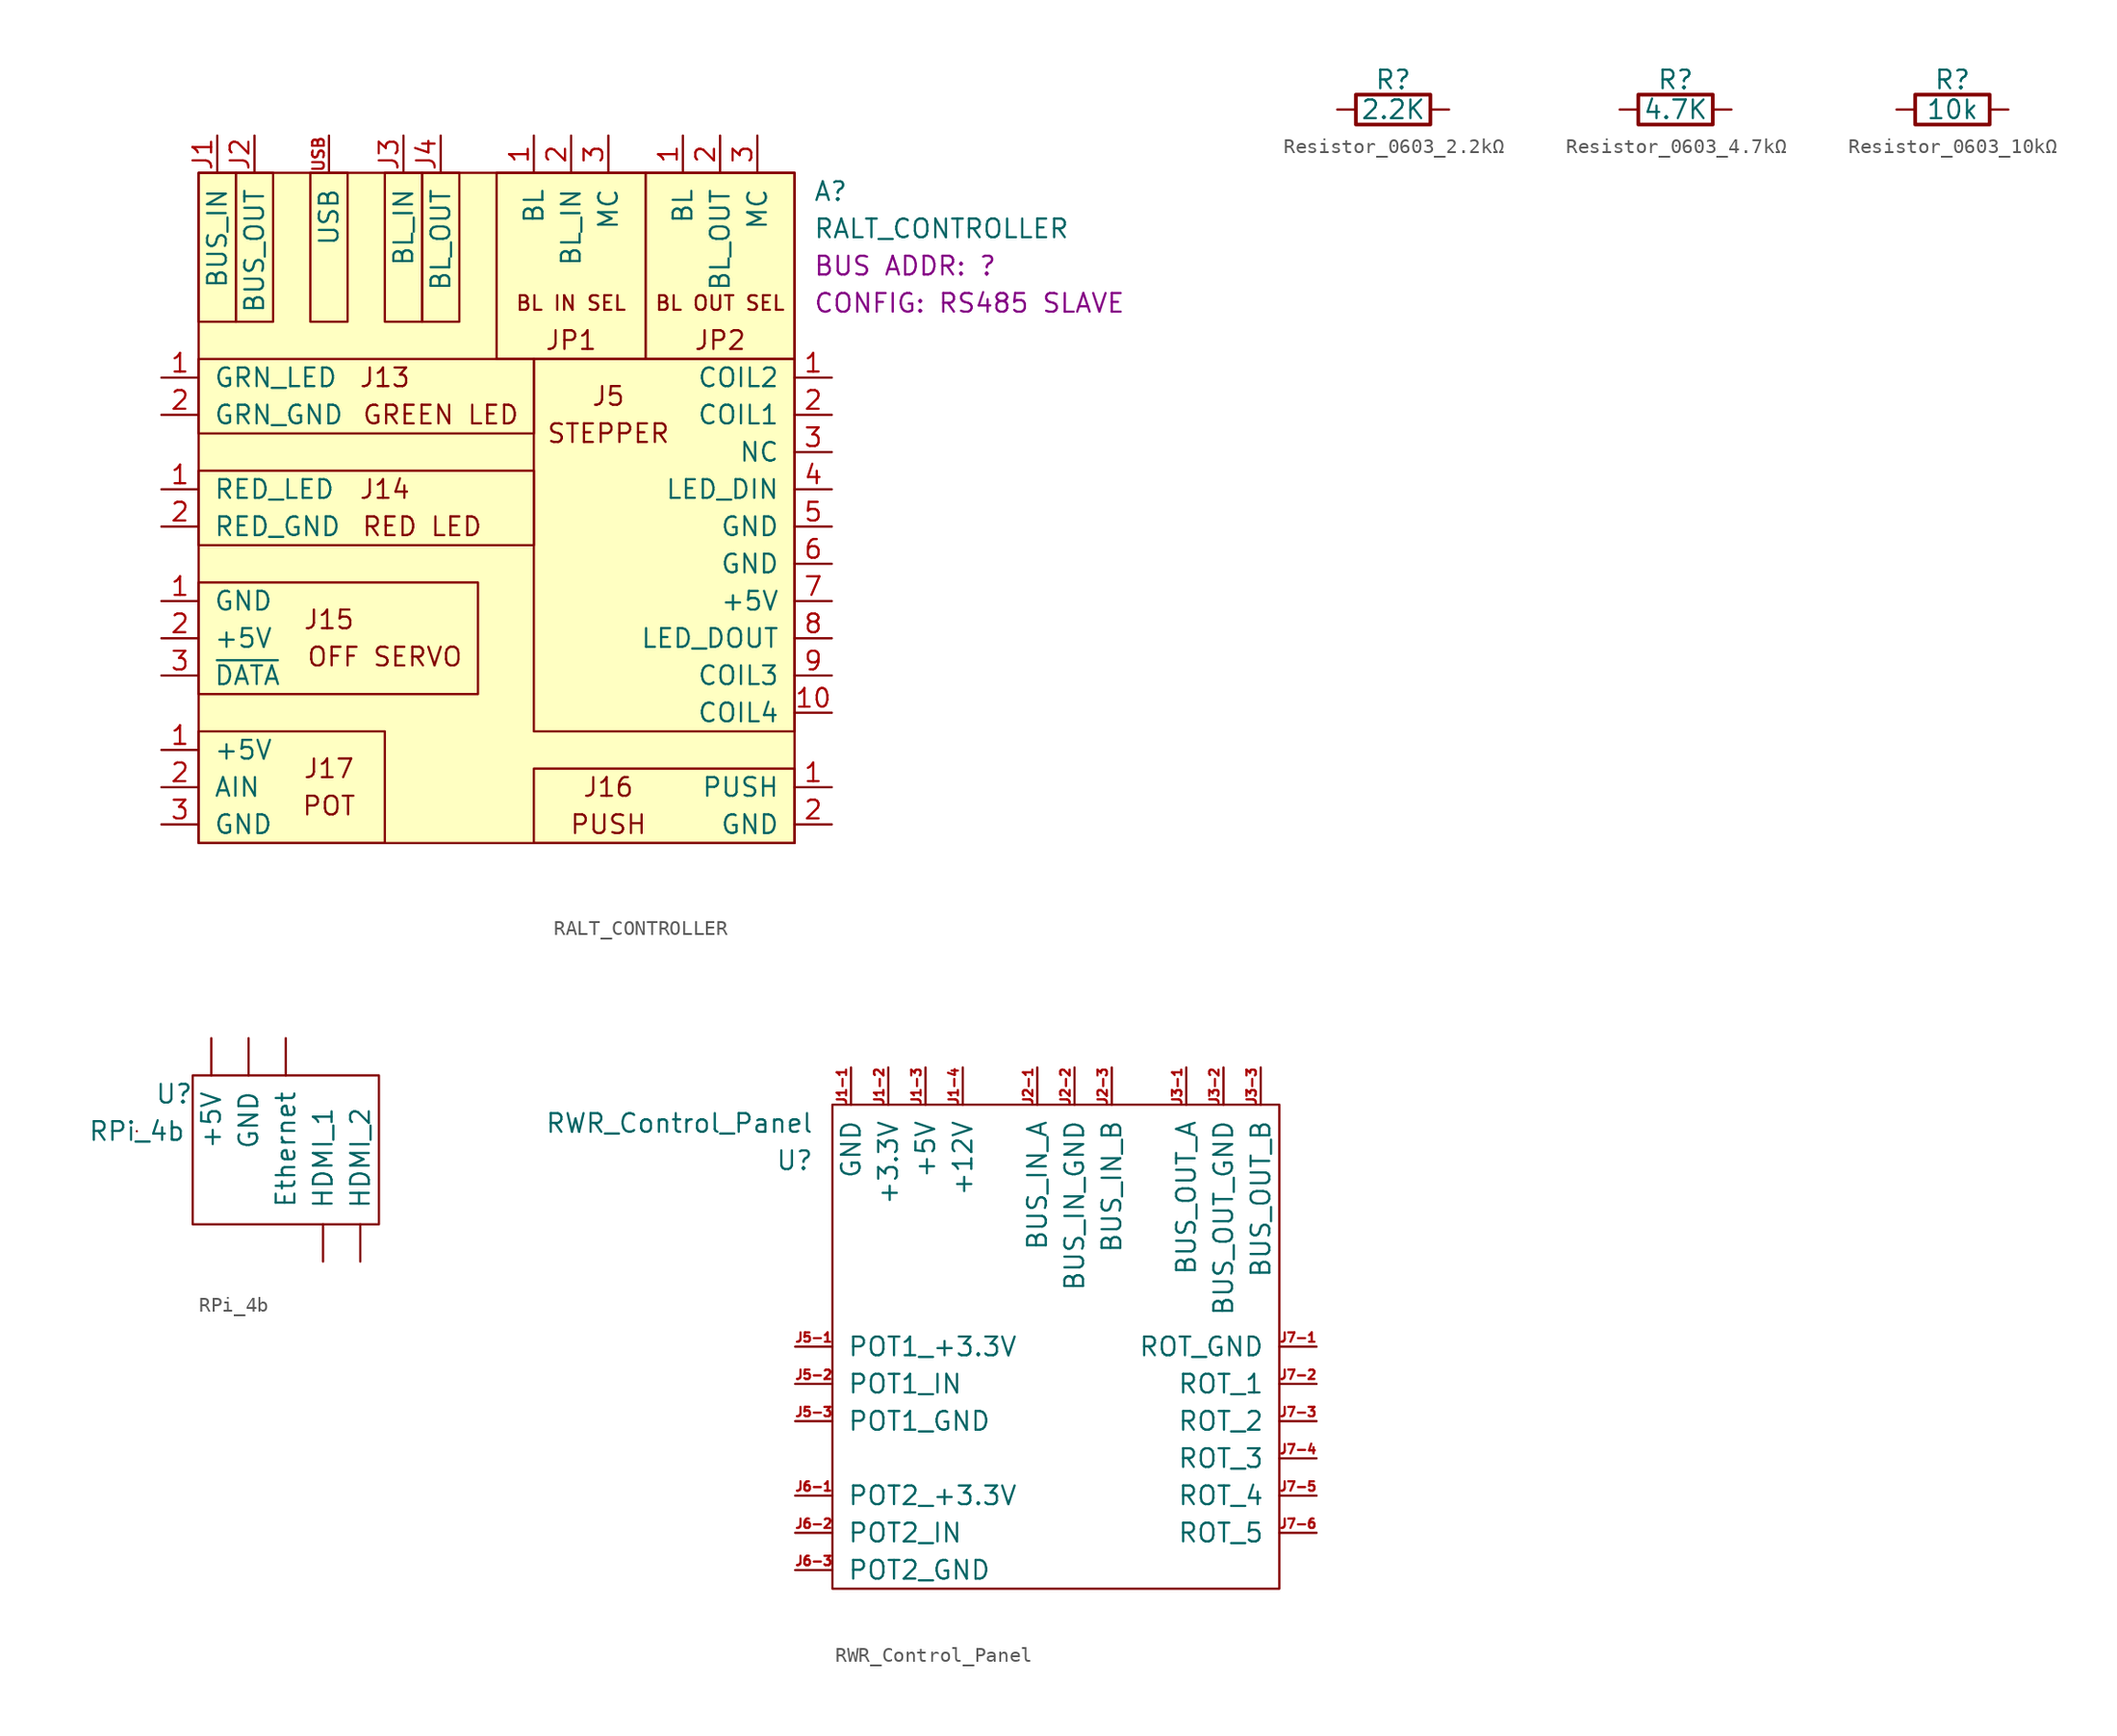
<source format=kicad_sym>
(kicad_symbol_lib
  (version 20220914)
  (generator kicad_symbol_editor)
  (symbol "RALT_CONTROLLER"
    (pin_names
      (offset 1.016))
    (property "Reference" "A"
      (at 22.86 19.05 0)
      (effects (font (size 1.27 1.27)) (justify left)))
    (property "Value" "RALT_CONTROLLER"
      (at 22.86 16.51 0)
      (effects (font (size 1.27 1.27)) (justify left)))
    (property "RS485 ADDR" "BUS ADDR: ?"
      (at 22.86 13.97 0)
      (effects (font (size 1.27 1.27)) (justify left)))
    (property "CONFIG" "CONFIG: RS485 SLAVE"
      (at 22.86 11.43 0)
      (effects (font (size 1.27 1.27)) (justify left)))
    (symbol "RALT_CONTROLLER_0_0"
      (rectangle (start -19.05 -17.78) (end -6.35 -25.4) (stroke (width 0) (type default)) (fill (type none)))
      (rectangle (start -19.05 -7.62) (end 0 -15.24) (stroke (width 0) (type default)) (fill (type none)))
      (rectangle (start -19.05 -5.08) (end 3.81 0) (stroke (width 0) (type default)) (fill (type none)))
      (rectangle (start -19.05 7.62) (end 3.81 2.54) (stroke (width 0) (type default)) (fill (type none)))
      (rectangle (start 11.43 7.62) (end 1.27 20.32) (stroke (width 0) (type default)) (fill (type none)))
      (rectangle (start 11.43 20.32) (end 21.59 7.62) (stroke (width 0) (type default)) (fill (type none)))
      (rectangle (start 21.59 -25.4) (end -19.05 20.32) (stroke (width 0) (type default)) (fill (type background)))
      (rectangle (start 21.59 -20.32) (end 3.81 -25.4) (stroke (width 0) (type default)) (fill (type none)))
      (rectangle (start 21.59 7.62) (end 3.81 -17.78) (stroke (width 0) (type default)) (fill (type none)))
      (text "BL IN SEL" (at 6.35 11.43 0) (effects (font (size 0.991 0.991))))
      (text "BL OUT SEL" (at 16.51 11.43 0) (effects (font (size 0.991 0.991))))
      (text "GREEN LED" (at -2.54 3.81 0) (effects (font (size 1.27 1.27))))
      (text "J13" (at -6.35 6.35 0) (effects (font (size 1.27 1.27))))
      (text "J14" (at -6.35 -1.27 0) (effects (font (size 1.27 1.27))))
      (text "J15" (at -10.16 -10.16 0) (effects (font (size 1.27 1.27))))
      (text "J16" (at 8.89 -21.59 0) (effects (font (size 1.27 1.27))))
      (text "J17" (at -10.16 -20.32 0) (effects (font (size 1.27 1.27))))
      (text "J5" (at 8.89 5.08 0) (effects (font (size 1.27 1.27))))
      (text "JP1" (at 6.35 8.89 0) (effects (font (size 1.27 1.27))))
      (text "JP2" (at 16.51 8.89 0) (effects (font (size 1.27 1.27))))
      (text "OFF SERVO" (at -6.35 -12.7 0) (effects (font (size 1.27 1.27))))
      (text "POT" (at -10.16 -22.86 0) (effects (font (size 1.27 1.27))))
      (text "PUSH" (at 8.89 -24.13 0) (effects (font (size 1.27 1.27))))
      (text "RED LED" (at -3.81 -3.81 0) (effects (font (size 1.27 1.27))))
      (text "STEPPER" (at 8.89 2.54 0) (effects (font (size 1.27 1.27))))
      (pin unspecified line (at -21.59 -19.05 0) (length 2.54) (name "+5V" (effects (font (size 1.27 1.27)))) (number "1" (effects (font (size 1.27 1.27)))))
      (pin unspecified line (at 3.81 22.86 270) (length 2.54) (name "BL" (effects (font (size 1.27 1.27)))) (number "1" (effects (font (size 1.27 1.27)))))
      (pin unspecified line (at 13.97 22.86 270) (length 2.54) (name "BL" (effects (font (size 1.27 1.27)))) (number "1" (effects (font (size 1.27 1.27)))))
      (pin unspecified line (at 24.13 6.35 180) (length 2.54) (name "COIL2" (effects (font (size 1.27 1.27)))) (number "1" (effects (font (size 1.27 1.27)))))
      (pin unspecified line (at -21.59 -8.89 0) (length 2.54) (name "GND" (effects (font (size 1.27 1.27)))) (number "1" (effects (font (size 1.27 1.27)))))
      (pin unspecified line (at -21.59 6.35 0) (length 2.54) (name "GRN_LED" (effects (font (size 1.27 1.27)))) (number "1" (effects (font (size 1.27 1.27)))))
      (pin unspecified line (at 24.13 -21.59 180) (length 2.54) (name "PUSH" (effects (font (size 1.27 1.27)))) (number "1" (effects (font (size 1.27 1.27)))))
      (pin unspecified line (at -21.59 -1.27 0) (length 2.54) (name "RED_LED" (effects (font (size 1.27 1.27)))) (number "1" (effects (font (size 1.27 1.27)))))
      (pin unspecified line (at 24.13 -16.51 180) (length 2.54) (name "COIL4" (effects (font (size 1.27 1.27)))) (number "10" (effects (font (size 1.27 1.27)))))
      (pin unspecified line (at -21.59 -11.43 0) (length 2.54) (name "+5V" (effects (font (size 1.27 1.27)))) (number "2" (effects (font (size 1.27 1.27)))))
      (pin unspecified line (at -21.59 -21.59 0) (length 2.54) (name "AIN" (effects (font (size 1.27 1.27)))) (number "2" (effects (font (size 1.27 1.27)))))
      (pin unspecified line (at 6.35 22.86 270) (length 2.54) (name "BL_IN" (effects (font (size 1.27 1.27)))) (number "2" (effects (font (size 1.27 1.27)))))
      (pin unspecified line (at 16.51 22.86 270) (length 2.54) (name "BL_OUT" (effects (font (size 1.27 1.27)))) (number "2" (effects (font (size 1.27 1.27)))))
      (pin unspecified line (at 24.13 3.81 180) (length 2.54) (name "COIL1" (effects (font (size 1.27 1.27)))) (number "2" (effects (font (size 1.27 1.27)))))
      (pin unspecified line (at 24.13 -24.13 180) (length 2.54) (name "GND" (effects (font (size 1.27 1.27)))) (number "2" (effects (font (size 1.27 1.27)))))
      (pin unspecified line (at -21.59 3.81 0) (length 2.54) (name "GRN_GND" (effects (font (size 1.27 1.27)))) (number "2" (effects (font (size 1.27 1.27)))))
      (pin unspecified line (at -21.59 -3.81 0) (length 2.54) (name "RED_GND" (effects (font (size 1.27 1.27)))) (number "2" (effects (font (size 1.27 1.27)))))
      (pin unspecified line (at -21.59 -24.13 0) (length 2.54) (name "GND" (effects (font (size 1.27 1.27)))) (number "3" (effects (font (size 1.27 1.27)))))
      (pin unspecified line (at 8.89 22.86 270) (length 2.54) (name "MC" (effects (font (size 1.27 1.27)))) (number "3" (effects (font (size 1.27 1.27)))))
      (pin unspecified line (at 19.05 22.86 270) (length 2.54) (name "MC" (effects (font (size 1.27 1.27)))) (number "3" (effects (font (size 1.27 1.27)))))
      (pin unspecified line (at 24.13 1.27 180) (length 2.54) (name "NC" (effects (font (size 1.27 1.27)))) (number "3" (effects (font (size 1.27 1.27)))))
      (pin unspecified line (at -21.59 -13.97 0) (length 2.54) (name "~{DATA}" (effects (font (size 1.27 1.27)))) (number "3" (effects (font (size 1.27 1.27)))))
      (pin unspecified line (at 24.13 -1.27 180) (length 2.54) (name "LED_DIN" (effects (font (size 1.27 1.27)))) (number "4" (effects (font (size 1.27 1.27)))))
      (pin unspecified line (at 24.13 -3.81 180) (length 2.54) (name "GND" (effects (font (size 1.27 1.27)))) (number "5" (effects (font (size 1.27 1.27)))))
      (pin unspecified line (at 24.13 -6.35 180) (length 2.54) (name "GND" (effects (font (size 1.27 1.27)))) (number "6" (effects (font (size 1.27 1.27)))))
      (pin unspecified line (at 24.13 -8.89 180) (length 2.54) (name "+5V" (effects (font (size 1.27 1.27)))) (number "7" (effects (font (size 1.27 1.27)))))
      (pin unspecified line (at 24.13 -11.43 180) (length 2.54) (name "LED_DOUT" (effects (font (size 1.27 1.27)))) (number "8" (effects (font (size 1.27 1.27)))))
      (pin unspecified line (at 24.13 -13.97 180) (length 2.54) (name "COIL3" (effects (font (size 1.27 1.27)))) (number "9" (effects (font (size 1.27 1.27)))))
      (pin unspecified line (at -17.78 22.86 270) (length 2.54) (name "BUS_IN" (effects (font (size 1.27 1.27)))) (number "J1" (effects (font (size 1.27 1.27)))))
      (pin unspecified line (at -15.24 22.86 270) (length 2.54) (name "BUS_OUT" (effects (font (size 1.27 1.27)))) (number "J2" (effects (font (size 1.27 1.27)))))
      (pin unspecified line (at -5.08 22.86 270) (length 2.54) (name "BL_IN" (effects (font (size 1.27 1.27)))) (number "J3" (effects (font (size 1.27 1.27)))))
      (pin unspecified line (at -2.54 22.86 270) (length 2.54) (name "BL_OUT" (effects (font (size 1.27 1.27)))) (number "J4" (effects (font (size 1.27 1.27)))))
      (pin unspecified line (at -10.16 22.86 270) (length 2.54) (name "USB" (effects (font (size 1.27 1.27)))) (number "USB" (effects (font (size 0.787 0.787))))))
    (symbol "RALT_CONTROLLER_0_1"
      (rectangle (start -19.05 20.32) (end -16.51 10.16) (stroke (width 0) (type default)) (fill (type none)))
      (rectangle (start -16.51 10.16) (end -13.97 20.32) (stroke (width 0) (type default)) (fill (type none)))
      (rectangle (start -11.43 20.32) (end -8.89 10.16) (stroke (width 0) (type default)) (fill (type none)))
      (rectangle (start -6.35 20.32) (end -3.81 10.16) (stroke (width 0) (type default)) (fill (type none)))
      (rectangle (start -3.81 20.32) (end -1.27 10.16) (stroke (width 0) (type default)) (fill (type none)))))
  (symbol "Resistor_0603_2.2kΩ"
    (pin_numbers hide)
    (pin_names
      (offset 0))
    (property "Reference" "R"
      (at 0 2.032 0)
      (effects (font (size 1.27 1.27))))
    (property "Value" "2.2K"
      (at 0 0 0)
      (effects (font (size 1.27 1.27))))
    (symbol "Resistor_0603_2.2kΩ_0_1"
      (rectangle (start 2.54 -1.016) (end -2.54 1.016) (stroke (width 0.254) (type default)) (fill (type none))))
    (symbol "Resistor_0603_2.2kΩ_1_1"
      (pin passive line (at -3.81 0 0) (length 1.27) (name "~" (effects (font (size 1.27 1.27)))) (number "1" (effects (font (size 1.27 1.27)))))
      (pin passive line (at 3.81 0 180) (length 1.27) (name "~" (effects (font (size 1.27 1.27)))) (number "2" (effects (font (size 1.27 1.27)))))))
  (symbol "Resistor_0603_4.7kΩ"
    (pin_numbers hide)
    (pin_names
      (offset 0))
    (property "Reference" "R"
      (at 0 2.032 0)
      (effects (font (size 1.27 1.27))))
    (property "Value" "4.7K"
      (at 0 0 0)
      (effects (font (size 1.27 1.27))))
    (symbol "Resistor_0603_4.7kΩ_0_1"
      (rectangle (start 2.54 -1.016) (end -2.54 1.016) (stroke (width 0.254) (type default)) (fill (type none))))
    (symbol "Resistor_0603_4.7kΩ_1_1"
      (pin passive line (at -3.81 0 0) (length 1.27) (name "~" (effects (font (size 1.27 1.27)))) (number "1" (effects (font (size 1.27 1.27)))))
      (pin passive line (at 3.81 0 180) (length 1.27) (name "~" (effects (font (size 1.27 1.27)))) (number "2" (effects (font (size 1.27 1.27)))))))
  (symbol "Resistor_0603_10kΩ"
    (pin_numbers hide)
    (pin_names
      (offset 0))
    (property "Reference" "R"
      (at 0 2.032 0)
      (effects (font (size 1.27 1.27))))
    (property "Value" "10k"
      (at 0 0 0)
      (effects (font (size 1.27 1.27))))
    (symbol "Resistor_0603_10kΩ_0_1"
      (rectangle (start 2.54 -1.016) (end -2.54 1.016) (stroke (width 0.254) (type default)) (fill (type none))))
    (symbol "Resistor_0603_10kΩ_1_1"
      (pin passive line (at -3.81 0 0) (length 1.27) (name "~" (effects (font (size 1.27 1.27)))) (number "1" (effects (font (size 1.27 1.27)))))
      (pin passive line (at 3.81 0 180) (length 1.27) (name "~" (effects (font (size 1.27 1.27)))) (number "2" (effects (font (size 1.27 1.27)))))))
  (symbol "RPi_4b"
    (pin_names
      (offset 1.016))
    (property "Reference" "U"
      (at -7.62 3.81 0)
      (effects (font (size 1.27 1.27))))
    (property "Value" "RPi_4b"
      (at -10.16 1.27 0)
      (effects (font (size 1.27 1.27))))
    (symbol "RPi_4b_0_0"
      (pin power_in line (at -5.08 7.62 270) (length 2.54) (name "+5V" (effects (font (size 1.27 1.27)))) (number "~" (effects (font (size 1.27 1.27)))))
      (pin bidirectional line (at 0 7.62 270) (length 2.54) (name "Ethernet" (effects (font (size 1.27 1.27)))) (number "~" (effects (font (size 1.27 1.27)))))
      (pin power_out line (at -2.54 7.62 270) (length 2.54) (name "GND" (effects (font (size 1.27 1.27)))) (number "~" (effects (font (size 1.27 1.27)))))
      (pin bidirectional line (at 2.54 -7.62 90) (length 2.54) (name "HDMI_1" (effects (font (size 1.27 1.27)))) (number "~" (effects (font (size 1.27 1.27)))))
      (pin bidirectional line (at 5.08 -7.62 90) (length 2.54) (name "HDMI_2" (effects (font (size 1.27 1.27)))) (number "~" (effects (font (size 1.27 1.27))))))
    (symbol "RPi_4b_0_1"
      (rectangle (start -10.16 1.27) (end -10.16 1.27) (stroke (width 0) (type default)) (fill (type none)))
      (rectangle (start -6.35 5.08) (end 6.35 -5.08) (stroke (width 0) (type default)) (fill (type none)))))
  (symbol "RWR_Control_Panel"
    (pin_names
      (offset 1.016))
    (property "Reference" "U"
      (at -17.78 2.54 0)
      (effects (font (size 1.27 1.27)) (justify right)))
    (property "Value" "RWR_Control_Panel"
      (at -17.78 5.08 0)
      (effects (font (size 1.27 1.27)) (justify right)))
    (symbol "RWR_Control_Panel_0_0"
      (pin power_out line (at -15.24 8.89 270) (length 2.54) (name "GND" (effects (font (size 1.27 1.27)))) (number "J1-1" (effects (font (size 0.635 0.635)))))
      (pin power_in line (at -12.7 8.89 270) (length 2.54) (name "+3.3V" (effects (font (size 1.27 1.27)))) (number "J1-2" (effects (font (size 0.635 0.635)))))
      (pin power_in line (at -10.16 8.89 270) (length 2.54) (name "+5V" (effects (font (size 1.27 1.27)))) (number "J1-3" (effects (font (size 0.635 0.635)))))
      (pin power_in line (at -7.62 8.89 270) (length 2.54) (name "+12V" (effects (font (size 1.27 1.27)))) (number "J1-4" (effects (font (size 0.635 0.635)))))
      (pin bidirectional line (at -2.54 8.89 270) (length 2.54) (name "BUS_IN_A" (effects (font (size 1.27 1.27)))) (number "J2-1" (effects (font (size 0.635 0.635)))))
      (pin power_out line (at 0 8.89 270) (length 2.54) (name "BUS_IN_GND" (effects (font (size 1.27 1.27)))) (number "J2-2" (effects (font (size 0.635 0.635)))))
      (pin bidirectional line (at 2.54 8.89 270) (length 2.54) (name "BUS_IN_B" (effects (font (size 1.27 1.27)))) (number "J2-3" (effects (font (size 0.635 0.635)))))
      (pin bidirectional line (at 7.62 8.89 270) (length 2.54) (name "BUS_OUT_A" (effects (font (size 1.27 1.27)))) (number "J3-1" (effects (font (size 0.635 0.635)))))
      (pin power_out line (at 10.16 8.89 270) (length 2.54) (name "BUS_OUT_GND" (effects (font (size 1.27 1.27)))) (number "J3-2" (effects (font (size 0.635 0.635)))))
      (pin bidirectional line (at 12.7 8.89 270) (length 2.54) (name "BUS_OUT_B" (effects (font (size 1.27 1.27)))) (number "J3-3" (effects (font (size 0.635 0.635)))))
      (pin power_in line (at -19.05 -10.16 0) (length 2.54) (name "POT1_+3.3V" (effects (font (size 1.27 1.27)))) (number "J5-1" (effects (font (size 0.635 0.635)))))
      (pin input line (at -19.05 -12.7 0) (length 2.54) (name "POT1_IN" (effects (font (size 1.27 1.27)))) (number "J5-2" (effects (font (size 0.635 0.635)))))
      (pin power_out line (at -19.05 -15.24 0) (length 2.54) (name "POT1_GND" (effects (font (size 1.27 1.27)))) (number "J5-3" (effects (font (size 0.635 0.635)))))
      (pin power_in line (at -19.05 -20.32 0) (length 2.54) (name "POT2_+3.3V" (effects (font (size 1.27 1.27)))) (number "J6-1" (effects (font (size 0.635 0.635)))))
      (pin input line (at -19.05 -22.86 0) (length 2.54) (name "POT2_IN" (effects (font (size 1.27 1.27)))) (number "J6-2" (effects (font (size 0.635 0.635)))))
      (pin power_out line (at -19.05 -25.4 0) (length 2.54) (name "POT2_GND" (effects (font (size 1.27 1.27)))) (number "J6-3" (effects (font (size 0.635 0.635)))))
      (pin power_out line (at 16.51 -10.16 180) (length 2.54) (name "ROT_GND" (effects (font (size 1.27 1.27)))) (number "J7-1" (effects (font (size 0.635 0.635)))))
      (pin input line (at 16.51 -12.7 180) (length 2.54) (name "ROT_1" (effects (font (size 1.27 1.27)))) (number "J7-2" (effects (font (size 0.635 0.635)))))
      (pin input line (at 16.51 -15.24 180) (length 2.54) (name "ROT_2" (effects (font (size 1.27 1.27)))) (number "J7-3" (effects (font (size 0.635 0.635)))))
      (pin input line (at 16.51 -17.78 180) (length 2.54) (name "ROT_3" (effects (font (size 1.27 1.27)))) (number "J7-4" (effects (font (size 0.635 0.635)))))
      (pin input line (at 16.51 -20.32 180) (length 2.54) (name "ROT_4" (effects (font (size 1.27 1.27)))) (number "J7-5" (effects (font (size 0.635 0.635)))))
      (pin input line (at 16.51 -22.86 180) (length 2.54) (name "ROT_5" (effects (font (size 1.27 1.27)))) (number "J7-6" (effects (font (size 0.635 0.635))))))
    (symbol "RWR_Control_Panel_0_1"
      (rectangle (start -16.51 6.35) (end 13.97 -26.67) (stroke (width 0) (type default)) (fill (type none))))))
</source>
